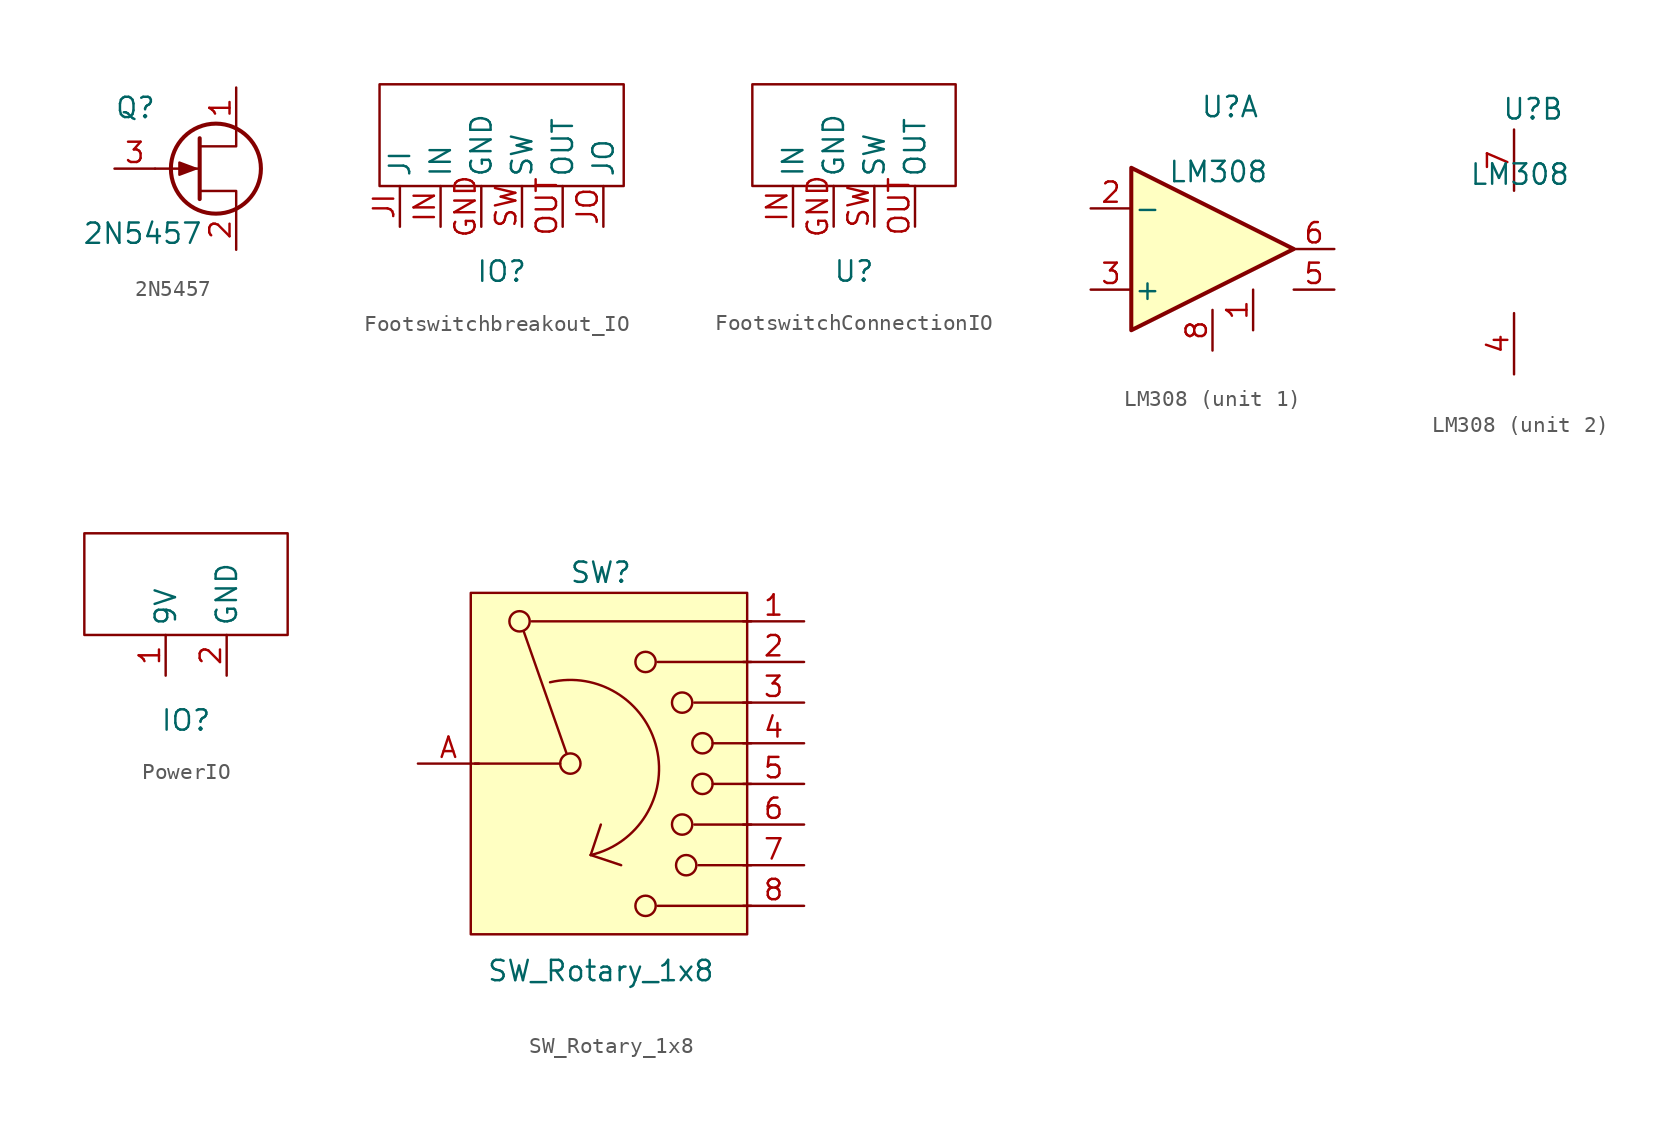
<source format=kicad_sym>
(kicad_symbol_lib
  (version 20241209)
  (generator "kicad_symbol_editor")
  (generator_version "9.0")
  (symbol "2N5457"
    (pin_names
      (hide yes))
    (property "Reference" "Q"
      (at -5.08 3.81 0)
      (effects (font (size 1.27 1.27)) (justify left)))
    (property "Value" "2N5457"
      (at -7.112 -4.064 0)
      (effects (font (size 1.27 1.27)) (justify left)))
    (symbol "2N5457_0_1"
      (polyline (pts (xy 0 0) (xy -1.016 0.381) (xy -1.016 -0.381) (xy 0 0)) (stroke (width 0) (type default)) (fill (type outline)))
      (polyline (pts (xy 0.254 1.905) (xy 0.254 -1.905)) (stroke (width 0.254) (type default)) (fill (type none)))
      (polyline (pts (xy 0.254 0) (xy -2.54 0)) (stroke (width 0) (type default)) (fill (type none)))
      (circle (center 1.27 0) (radius 2.819) (stroke (width 0.254) (type default)) (fill (type none)))
      (polyline (pts (xy 2.54 2.54) (xy 2.54 1.397) (xy 0.254 1.397)) (stroke (width 0) (type default)) (fill (type none)))
      (polyline (pts (xy 2.54 -2.54) (xy 2.54 -1.397) (xy 0.254 -1.397)) (stroke (width 0) (type default)) (fill (type none))))
    (symbol "2N5457_1_1"
      (pin input line (at -5.08 0 0) (length 2.54) (name "G" (effects (font (size 1.27 1.27)))) (number "3" (effects (font (size 1.27 1.27)))))
      (pin passive line (at 2.54 5.08 270) (length 2.54) (name "D" (effects (font (size 1.27 1.27)))) (number "1" (effects (font (size 1.27 1.27)))))
      (pin passive line (at 2.54 -5.08 90) (length 2.54) (name "S" (effects (font (size 1.27 1.27)))) (number "2" (effects (font (size 1.27 1.27)))))))
  (symbol "Footswitchbreakout_IO"
    (property "Reference" "IO"
      (at 0 -2.794 0)
      (effects (font (size 1.27 1.27))))
    (property "Value" ""
      (at 0 0 0)
      (effects (font (size 1.27 1.27))))
    (symbol "Footswitchbreakout_IO_0_1"
      (rectangle (start 7.62 8.89) (end -7.62 2.54) (stroke (width 0) (type default)) (fill (type none))))
    (symbol "Footswitchbreakout_IO_1_1"
      (pin passive line (at -6.35 0 90) (length 2.54) (name "JI" (effects (font (size 1.27 1.27)))) (number "JI" (effects (font (size 1.27 1.27)))))
      (pin passive line (at -3.81 0 90) (length 2.54) (name "IN" (effects (font (size 1.27 1.27)))) (number "IN" (effects (font (size 1.27 1.27)))))
      (pin passive line (at -1.27 0 90) (length 2.54) (name "GND" (effects (font (size 1.27 1.27)))) (number "GND" (effects (font (size 1.27 1.27)))))
      (pin passive line (at 1.27 0 90) (length 2.54) (name "SW" (effects (font (size 1.27 1.27)))) (number "SW" (effects (font (size 1.27 1.27)))))
      (pin passive line (at 3.81 0 90) (length 2.54) (name "OUT" (effects (font (size 1.27 1.27)))) (number "OUT" (effects (font (size 1.27 1.27)))))
      (pin passive line (at 6.35 0 90) (length 2.54) (name "JO" (effects (font (size 1.27 1.27)))) (number "JO" (effects (font (size 1.27 1.27)))))))
  (symbol "FootswitchConnectionIO"
    (property "Reference" "U"
      (at 0 -2.794 0)
      (effects (font (size 1.27 1.27))))
    (property "Value" ""
      (at 0 0 0)
      (effects (font (size 1.27 1.27))))
    (symbol "FootswitchConnectionIO_0_1"
      (rectangle (start -6.35 8.89) (end 6.35 2.54) (stroke (width 0) (type default)) (fill (type none))))
    (symbol "FootswitchConnectionIO_1_1"
      (pin passive line (at -3.81 0 90) (length 2.54) (name "IN" (effects (font (size 1.27 1.27)))) (number "IN" (effects (font (size 1.27 1.27)))))
      (pin passive line (at -1.27 0 90) (length 2.54) (name "GND" (effects (font (size 1.27 1.27)))) (number "GND" (effects (font (size 1.27 1.27)))))
      (pin passive line (at 1.27 0 90) (length 2.54) (name "SW" (effects (font (size 1.27 1.27)))) (number "SW" (effects (font (size 1.27 1.27)))))
      (pin passive line (at 3.81 0 90) (length 2.54) (name "OUT" (effects (font (size 1.27 1.27)))) (number "OUT" (effects (font (size 1.27 1.27)))))))
  (symbol "LM308"
    (pin_names
      (offset 0.127))
    (property "Reference" "U"
      (at -0.762 8.89 0)
      (effects (font (size 1.27 1.27)) (justify left)))
    (property "Value" "LM308"
      (at -2.794 4.826 0)
      (effects (font (size 1.27 1.27)) (justify left)))
    (property "ki_locked" ""
      (at 0 0 0)
      (effects (font (size 1.27 1.27))))
    (symbol "LM308_1_1"
      (polyline (pts (xy -5.08 5.08) (xy 5.08 0) (xy -5.08 -5.08) (xy -5.08 5.08)) (stroke (width 0.254) (type default)) (fill (type background)))
      (pin input line (at -7.62 2.54 0) (length 2.54) (name "-" (effects (font (size 1.27 1.27)))) (number "2" (effects (font (size 1.27 1.27)))))
      (pin input line (at -7.62 -2.54 0) (length 2.54) (name "+" (effects (font (size 1.27 1.27)))) (number "3" (effects (font (size 1.27 1.27)))))
      (pin output line (at 0 -6.35 90) (length 2.54) (name "~" (effects (font (size 1.27 1.27)))) (number "8" (effects (font (size 1.27 1.27)))))
      (pin output line (at 2.54 -5.08 90) (length 2.54) (name "~" (effects (font (size 1.27 1.27)))) (number "1" (effects (font (size 1.27 1.27)))))
      (pin output line (at 7.62 0 180) (length 2.54) (name "~" (effects (font (size 1.27 1.27)))) (number "6" (effects (font (size 1.27 1.27)))))
      (pin output line (at 7.62 -2.54 180) (length 2.54) (name "~" (effects (font (size 1.27 1.27)))) (number "5" (effects (font (size 1.27 1.27))))))
    (symbol "LM308_2_1"
      (pin power_in line (at 0 7.62 270) (length 3.81) (name "~" (effects (font (size 1.27 1.27)))) (number "7" (effects (font (size 1.27 1.27)))))
      (pin power_in line (at 0 -7.62 90) (length 3.81) (name "~" (effects (font (size 1.27 1.27)))) (number "4" (effects (font (size 1.27 1.27)))))))
  (symbol "PowerIO"
    (property "Reference" "IO"
      (at 0 -2.794 0)
      (effects (font (size 1.27 1.27))))
    (property "Value" ""
      (at 0 0 0)
      (effects (font (size 1.27 1.27))))
    (symbol "PowerIO_0_1"
      (rectangle (start -6.35 8.89) (end 6.35 2.54) (stroke (width 0) (type default)) (fill (type none))))
    (symbol "PowerIO_1_1"
      (pin passive line (at -1.27 0 90) (length 2.54) (name "9V" (effects (font (size 1.27 1.27)))) (number "1" (effects (font (size 1.27 1.27)))))
      (pin passive line (at 2.54 0 90) (length 2.54) (name "GND" (effects (font (size 1.27 1.27)))) (number "2" (effects (font (size 1.27 1.27)))))))
  (symbol "SW_Rotary_1x8"
    (pin_names
      (offset 1.016)
      (hide yes))
    (property "Reference" "SW"
      (at 0 11.938 0)
      (effects (font (size 1.27 1.27))))
    (property "Value" "SW_Rotary_1x8"
      (at 0 -12.954 0)
      (effects (font (size 1.27 1.27))))
    (symbol "SW_Rotary_1x8_0_0"
      (circle (center -5.08 8.89) (radius 0.635) (stroke (width 0) (type default)) (fill (type none)))
      (polyline (pts (xy -4.318 8.89) (xy 9.398 8.89)) (stroke (width 0) (type default)) (fill (type none)))
      (polyline (pts (xy -2.134 0.61) (xy -4.826 8.28)) (stroke (width 0) (type default)) (fill (type none)))
      (arc (start -3.175 5.08) (mid 3.4777 0.949) (end -0.635 -5.715) (stroke (width 0) (type default)) (fill (type none)))
      (circle (center -1.905 0) (radius 0.635) (stroke (width 0) (type default)) (fill (type none)))
      (polyline (pts (xy -0.635 -5.715) (xy 0 -3.81)) (stroke (width 0) (type default)) (fill (type none)))
      (polyline (pts (xy -0.635 -5.715) (xy 1.27 -6.35)) (stroke (width 0) (type default)) (fill (type none)))
      (circle (center 2.794 6.35) (radius 0.635) (stroke (width 0) (type default)) (fill (type none)))
      (circle (center 2.794 -8.89) (radius 0.635) (stroke (width 0) (type default)) (fill (type none)))
      (polyline (pts (xy 3.556 6.35) (xy 9.398 6.35)) (stroke (width 0) (type default)) (fill (type none)))
      (polyline (pts (xy 3.556 -8.89) (xy 9.398 -8.89)) (stroke (width 0) (type default)) (fill (type none)))
      (circle (center 5.08 3.81) (radius 0.635) (stroke (width 0) (type default)) (fill (type none)))
      (circle (center 5.08 -3.81) (radius 0.635) (stroke (width 0) (type default)) (fill (type none)))
      (circle (center 5.334 -6.35) (radius 0.635) (stroke (width 0) (type default)) (fill (type none)))
      (polyline (pts (xy 5.842 3.81) (xy 9.398 3.81)) (stroke (width 0) (type default)) (fill (type none)))
      (polyline (pts (xy 5.842 -3.81) (xy 9.398 -3.81)) (stroke (width 0) (type default)) (fill (type none)))
      (polyline (pts (xy 6.096 -6.35) (xy 9.398 -6.35)) (stroke (width 0) (type default)) (fill (type none)))
      (circle (center 6.35 1.27) (radius 0.635) (stroke (width 0) (type default)) (fill (type none)))
      (circle (center 6.35 -1.27) (radius 0.635) (stroke (width 0) (type default)) (fill (type none)))
      (polyline (pts (xy 6.985 1.27) (xy 9.398 1.27)) (stroke (width 0) (type default)) (fill (type none)))
      (polyline (pts (xy 6.985 -1.27) (xy 9.398 -1.27)) (stroke (width 0) (type default)) (fill (type none))))
    (symbol "SW_Rotary_1x8_1_1"
      (rectangle (start -8.128 10.668) (end 9.144 -10.668) (stroke (width 0) (type default)) (fill (type background)))
      (polyline (pts (xy -7.874 0) (xy -2.54 0)) (stroke (width 0) (type default)) (fill (type none)))
      (pin passive line (at -11.43 0 0) (length 3.81) (name "A" (effects (font (size 1.27 1.27)))) (number "A" (effects (font (size 1.27 1.27)))))
      (pin passive line (at 12.7 8.89 180) (length 3.81) (name "1" (effects (font (size 1.27 1.27)))) (number "1" (effects (font (size 1.27 1.27)))))
      (pin passive line (at 12.7 6.35 180) (length 3.81) (name "2" (effects (font (size 1.27 1.27)))) (number "2" (effects (font (size 1.27 1.27)))))
      (pin passive line (at 12.7 3.81 180) (length 3.81) (name "3" (effects (font (size 1.27 1.27)))) (number "3" (effects (font (size 1.27 1.27)))))
      (pin passive line (at 12.7 1.27 180) (length 3.81) (name "4" (effects (font (size 1.27 1.27)))) (number "4" (effects (font (size 1.27 1.27)))))
      (pin passive line (at 12.7 -1.27 180) (length 3.81) (name "5" (effects (font (size 1.27 1.27)))) (number "5" (effects (font (size 1.27 1.27)))))
      (pin passive line (at 12.7 -3.81 180) (length 3.81) (name "6" (effects (font (size 1.27 1.27)))) (number "6" (effects (font (size 1.27 1.27)))))
      (pin passive line (at 12.7 -6.35 180) (length 3.81) (name "7" (effects (font (size 1.27 1.27)))) (number "7" (effects (font (size 1.27 1.27)))))
      (pin passive line (at 12.7 -8.89 180) (length 3.81) (name "8" (effects (font (size 1.27 1.27)))) (number "8" (effects (font (size 1.27 1.27))))))))
</source>
